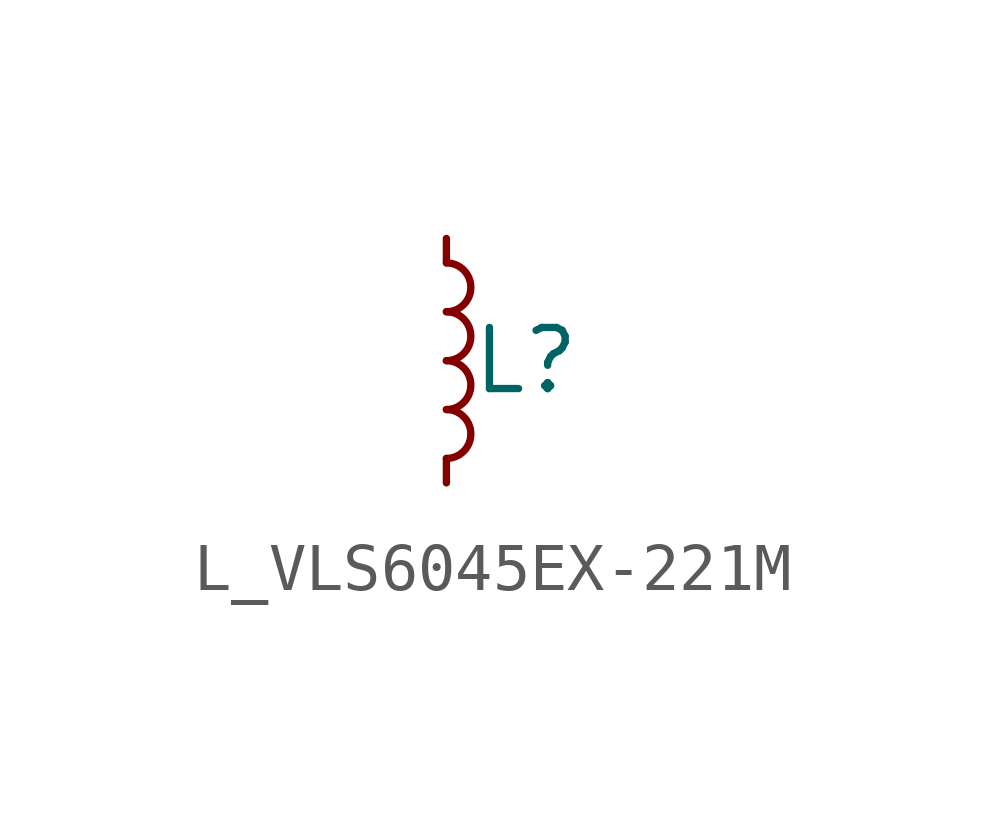
<source format=kicad_sym>
(kicad_symbol_lib
  (version 20220914)
  (generator kicad_symbol_editor)
  (symbol "L_VLS6045EX-221M"
    (pin_numbers hide)
    (pin_names
      (offset 0.254) hide)
    (property "Reference" "L"
      (at 1.651 0 0)
      (effects (font (size 1.27 1.27))))
    (symbol "L_VLS6045EX-221M_0_1"
      (arc (start 0 -2.032) (mid 0.5058 -1.524) (end 0 -1.016) (stroke (width 0) (type default)) (fill (type none)))
      (arc (start 0 -1.016) (mid 0.5058 -0.508) (end 0 0) (stroke (width 0) (type default)) (fill (type none)))
      (arc (start 0 0) (mid 0.5058 0.508) (end 0 1.016) (stroke (width 0) (type default)) (fill (type none)))
      (arc (start 0 1.016) (mid 0.5058 1.524) (end 0 2.032) (stroke (width 0) (type default)) (fill (type none))))
    (symbol "L_VLS6045EX-221M_1_1"
      (pin passive line (at 0 2.54 270) (length 0.508) (name "~" (effects (font (size 1.27 1.27)))) (number "1" (effects (font (size 1.27 1.27)))))
      (pin passive line (at 0 -2.54 90) (length 0.508) (name "~" (effects (font (size 1.27 1.27)))) (number "2" (effects (font (size 1.27 1.27))))))))
</source>
